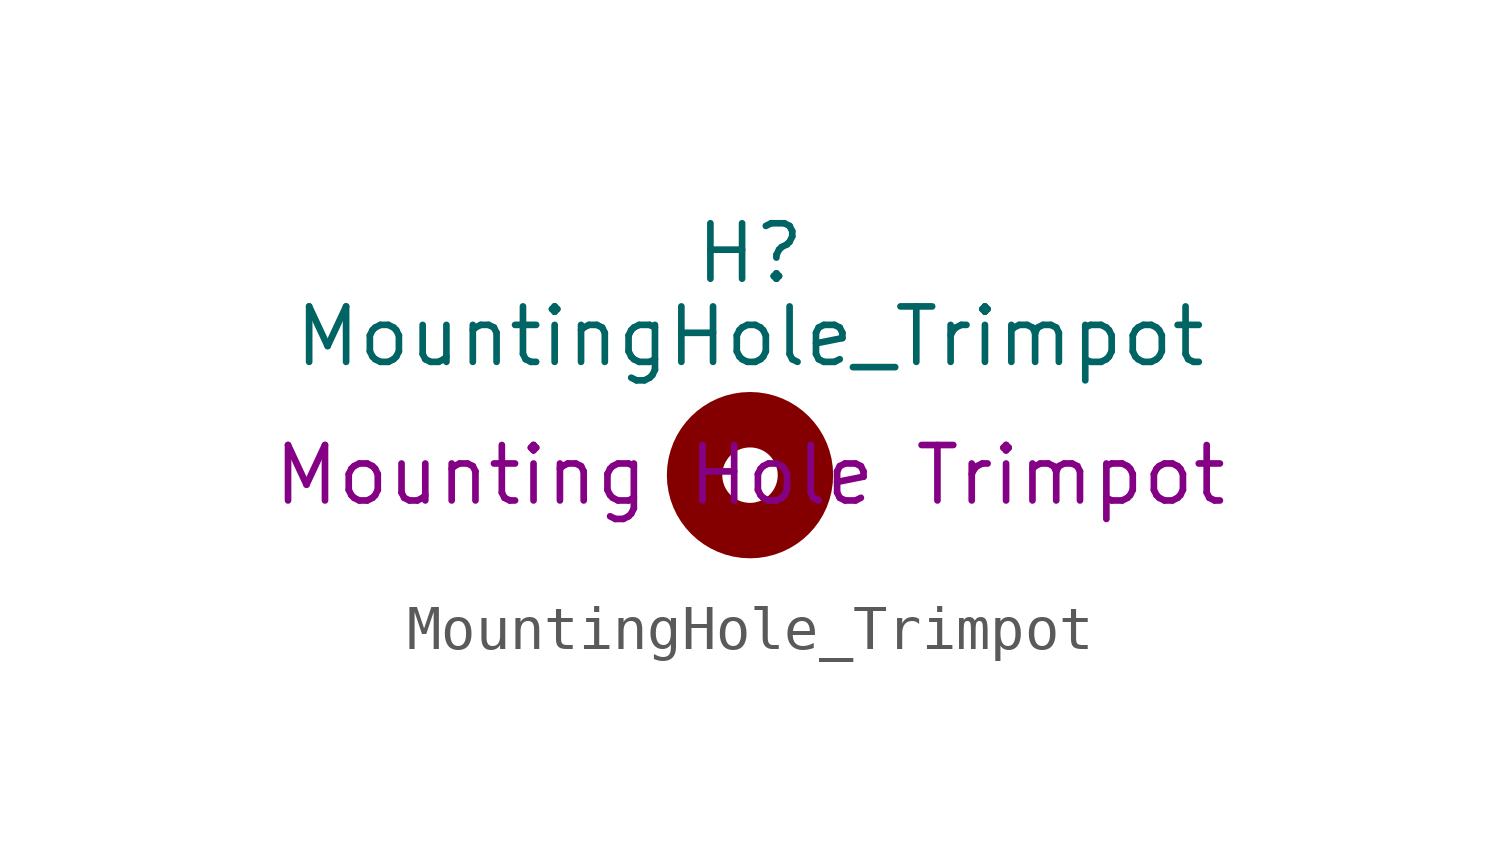
<source format=kicad_sym>
(kicad_symbol_lib
  (version 20231120)
  (generator "kicad_symbol_editor")
  (generator_version "8.0")
  (symbol "MountingHole_Trimpot"
    (pin_names
      (offset 1.016))
    (property "Reference" "H"
      (at 0 5.08 0)
      (effects (font (size 1.27 1.27))))
    (property "Value" "MountingHole_Trimpot"
      (at 0 3.175 0)
      (effects (font (size 1.27 1.27))))
    (property "Description" "Mounting Hole Trimpot"
      (at 0 0 0)
      (effects (font (size 1.27 1.27))))
    (symbol "MountingHole_Trimpot_0_1"
      (circle (center 0 0) (radius 1.27) (stroke (width 1.27) (type default)) (fill (type none))))))
</source>
